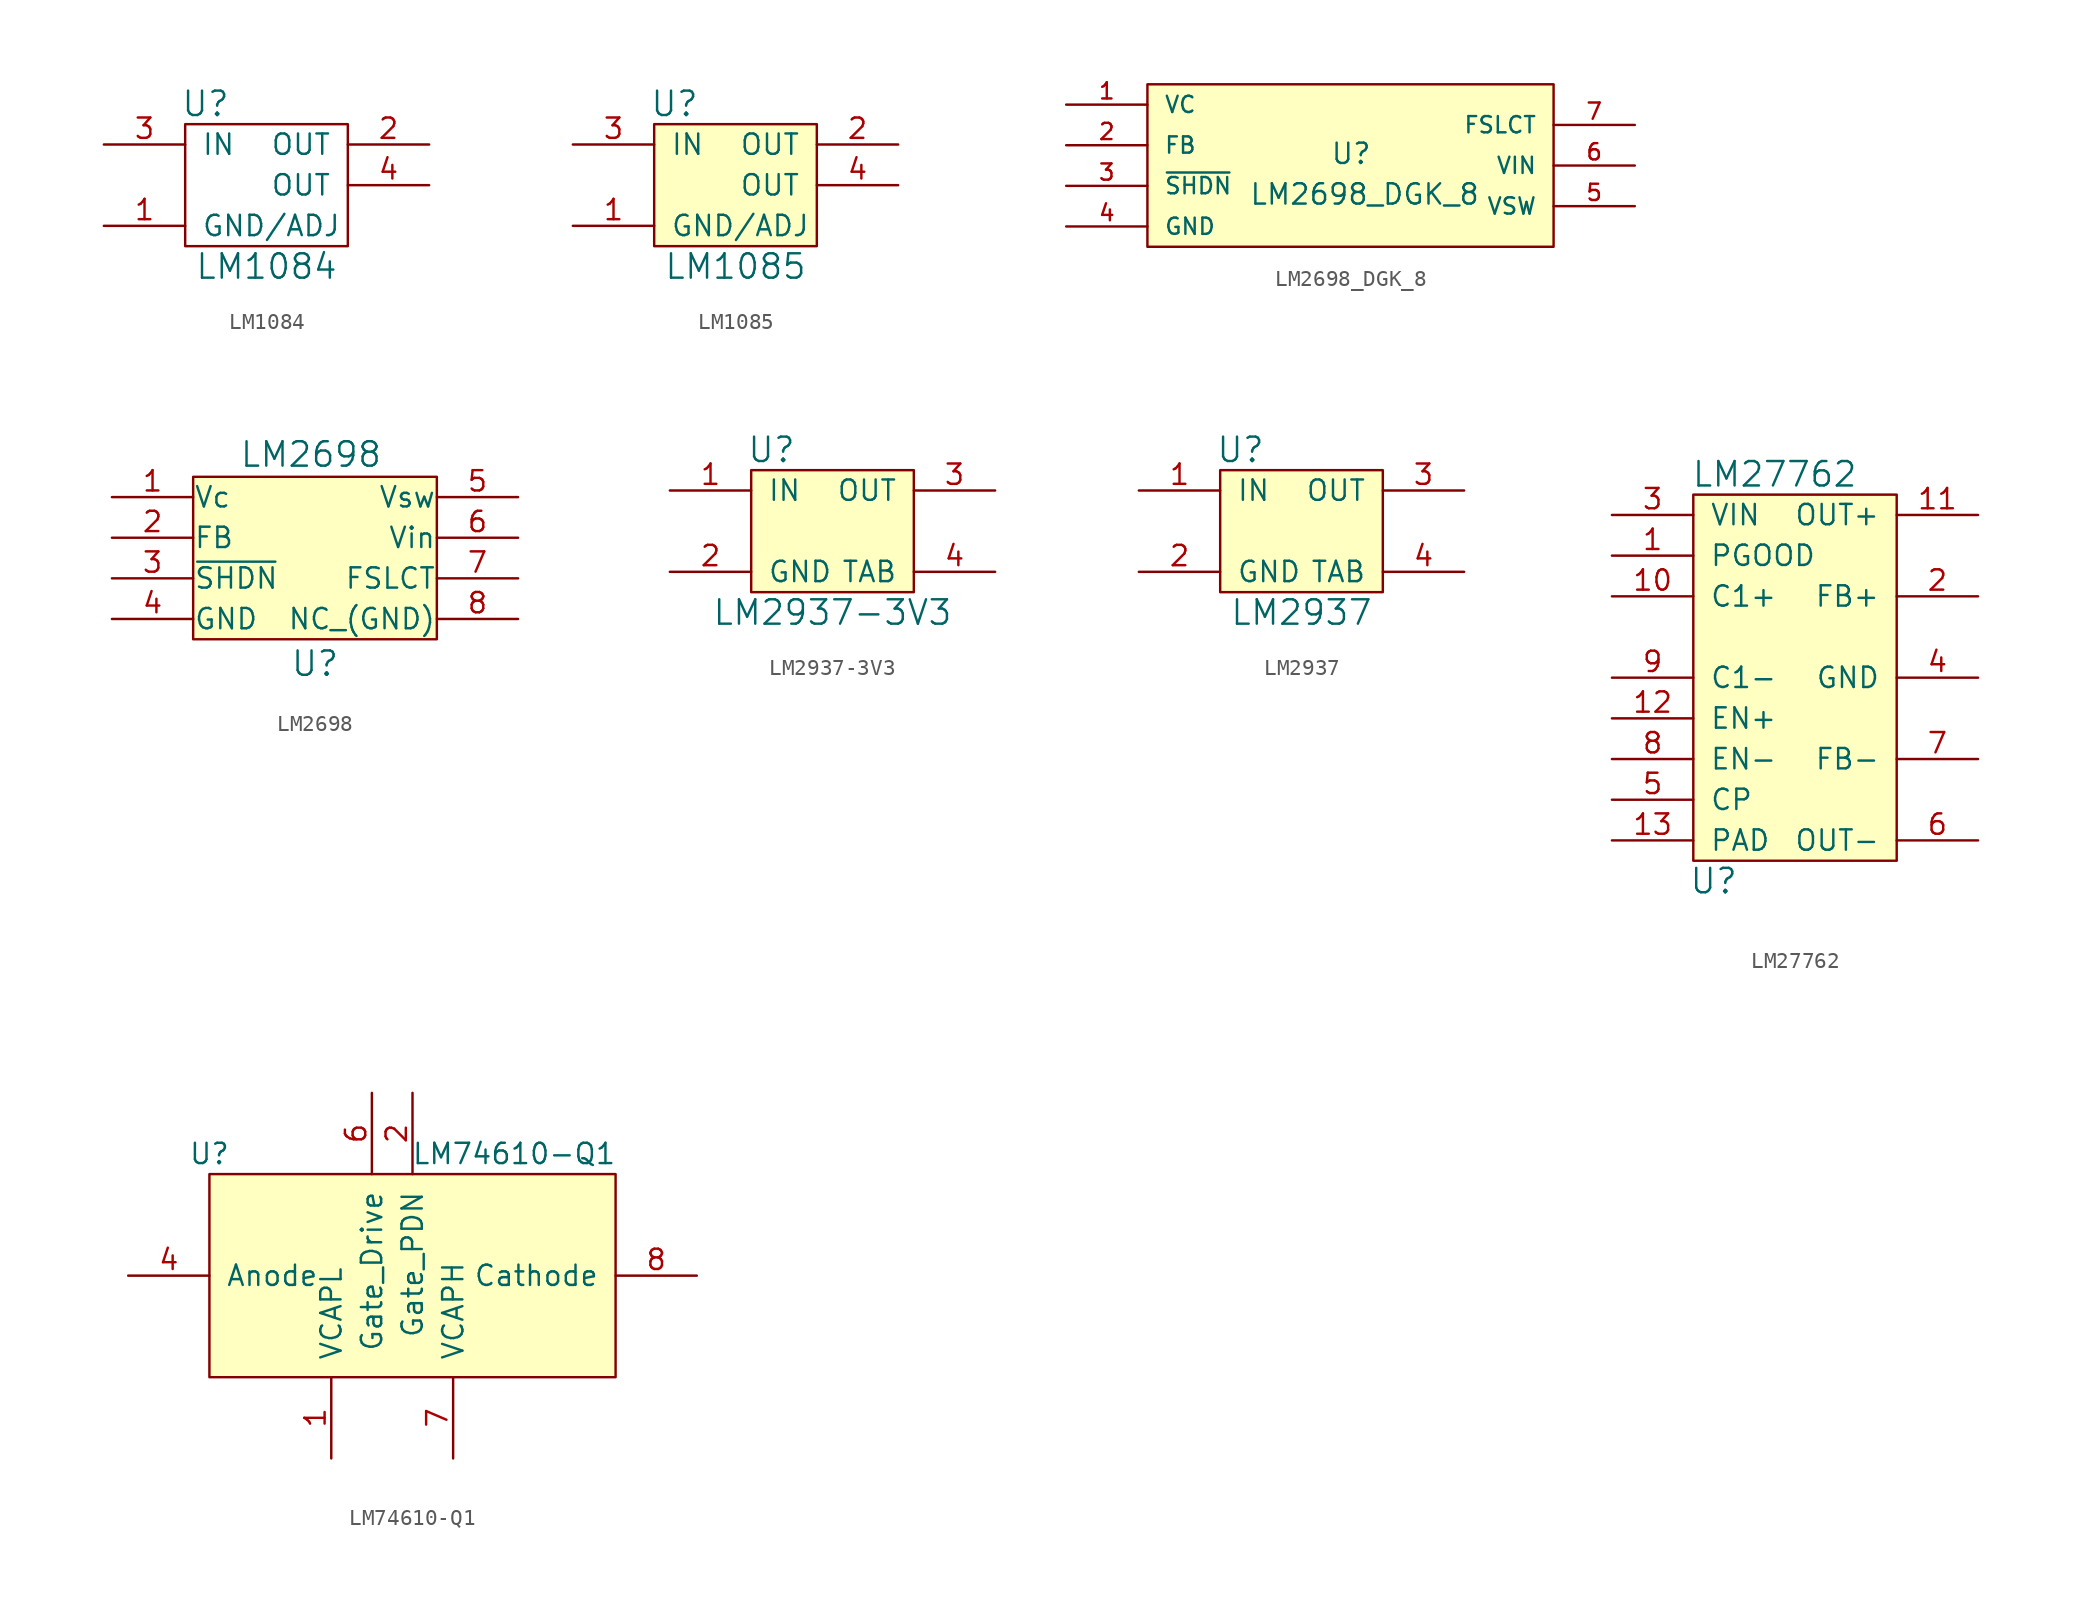
<source format=kicad_sym>
(kicad_symbol_lib
  (version 20241209)
  (generator "kicad_symbol_editor")
  (generator_version "9.0")
  (symbol "LM1084"
    (pin_names
      (offset 1.016))
    (property "Reference" "U"
      (at -3.81 5.08 0)
      (effects (font (size 1.524 1.524))))
    (property "Value" "LM1084"
      (at 0 -5.08 0)
      (effects (font (size 1.524 1.524))))
    (symbol "LM1084_0_1"
      (rectangle (start -5.08 3.81) (end 5.08 -3.81) (stroke (width 0) (type solid)) (fill (type none))))
    (symbol "LM1084_1_1"
      (pin power_in line (at -10.16 2.54 0) (length 5.08) (name "IN" (effects (font (size 1.27 1.27)))) (number "3" (effects (font (size 1.27 1.27)))))
      (pin power_in line (at -10.16 -2.54 0) (length 5.08) (name "GND/ADJ" (effects (font (size 1.27 1.27)))) (number "1" (effects (font (size 1.27 1.27)))))
      (pin power_out line (at 10.16 2.54 180) (length 5.08) (name "OUT" (effects (font (size 1.27 1.27)))) (number "2" (effects (font (size 1.27 1.27)))))
      (pin passive line (at 10.16 0 180) (length 5.08) (name "OUT" (effects (font (size 1.27 1.27)))) (number "4" (effects (font (size 1.27 1.27)))))))
  (symbol "LM1085"
    (pin_names
      (offset 1.016))
    (property "Reference" "U"
      (at -3.81 5.08 0)
      (effects (font (size 1.524 1.524))))
    (property "Value" "LM1085"
      (at 0 -5.08 0)
      (effects (font (size 1.524 1.524))))
    (symbol "LM1085_0_1"
      (rectangle (start -5.08 3.81) (end 5.08 -3.81) (stroke (width 0) (type solid)) (fill (type background))))
    (symbol "LM1085_1_1"
      (pin power_in line (at -10.16 2.54 0) (length 5.08) (name "IN" (effects (font (size 1.27 1.27)))) (number "3" (effects (font (size 1.27 1.27)))))
      (pin power_in line (at -10.16 -2.54 0) (length 5.08) (name "GND/ADJ" (effects (font (size 1.27 1.27)))) (number "1" (effects (font (size 1.27 1.27)))))
      (pin power_out line (at 10.16 2.54 180) (length 5.08) (name "OUT" (effects (font (size 1.27 1.27)))) (number "2" (effects (font (size 1.27 1.27)))))
      (pin passive line (at 10.16 0 180) (length 5.08) (name "OUT" (effects (font (size 1.27 1.27)))) (number "4" (effects (font (size 1.27 1.27)))))))
  (symbol "LM2698_DGK_8"
    (pin_names
      (offset 1.016))
    (property "Reference" "U"
      (at -1.27 0 0)
      (effects (font (size 1.27 1.27)) (justify left bottom)))
    (property "Value" "LM2698_DGK_8"
      (at -6.35 -2.54 0)
      (effects (font (size 1.27 1.27)) (justify left bottom)))
    (symbol "LM2698_DGK_8_0_1"
      (rectangle (start 12.7 5.08) (end -12.7 -5.08) (stroke (width 0) (type solid)) (fill (type background))))
    (symbol "LM2698_DGK_8_1_1"
      (pin passive line (at -17.78 3.81 0) (length 5.08) (name "VC" (effects (font (size 1.016 1.016)))) (number "1" (effects (font (size 1.016 1.016)))))
      (pin passive line (at -17.78 1.27 0) (length 5.08) (name "FB" (effects (font (size 1.016 1.016)))) (number "2" (effects (font (size 1.016 1.016)))))
      (pin passive line (at -17.78 -1.27 0) (length 5.08) (name "~{SHDN}" (effects (font (size 1.016 1.016)))) (number "3" (effects (font (size 1.016 1.016)))))
      (pin passive line (at -17.78 -3.81 0) (length 5.08) (name "GND" (effects (font (size 1.016 1.016)))) (number "4" (effects (font (size 1.016 1.016)))))
      (pin no_connect line (at 0 2.54 180) (length 5.08) (hide yes) (name "NC" (effects (font (size 1.016 1.016)))) (number "8" (effects (font (size 1.016 1.016)))))
      (pin passive line (at 17.78 2.54 180) (length 5.08) (name "FSLCT" (effects (font (size 1.016 1.016)))) (number "7" (effects (font (size 1.016 1.016)))))
      (pin input line (at 17.78 0 180) (length 5.08) (name "VIN" (effects (font (size 1.016 1.016)))) (number "6" (effects (font (size 1.016 1.016)))))
      (pin output line (at 17.78 -2.54 180) (length 5.08) (name "VSW" (effects (font (size 1.016 1.016)))) (number "5" (effects (font (size 1.016 1.016)))))))
  (symbol "LM2698"
    (pin_names
      (offset 0.025))
    (property "Reference" "U"
      (at 0 -6.604 0)
      (effects (font (size 1.524 1.524))))
    (property "Value" "LM2698"
      (at -0.254 6.477 0)
      (effects (font (size 1.524 1.524))))
    (property "Footprint" ""
      (at 0 0 0)
      (effects (font (size 1.524 1.524))))
    (property "Datasheet" ""
      (at 0 0 0)
      (effects (font (size 1.524 1.524))))
    (symbol "LM2698_0_1"
      (rectangle (start -7.62 5.08) (end 7.62 -5.08) (stroke (width 0) (type solid)) (fill (type background))))
    (symbol "LM2698_1_1"
      (pin power_in line (at -12.7 3.81 0) (length 5.08) (name "Vc" (effects (font (size 1.27 1.27)))) (number "1" (effects (font (size 1.27 1.27)))))
      (pin passive line (at -12.7 1.27 0) (length 5.08) (name "FB" (effects (font (size 1.27 1.27)))) (number "2" (effects (font (size 1.27 1.27)))))
      (pin input line (at -12.7 -1.27 0) (length 5.08) (name "~{SHDN}" (effects (font (size 1.27 1.27)))) (number "3" (effects (font (size 1.27 1.27)))))
      (pin power_in line (at -12.7 -3.81 0) (length 5.08) (name "GND" (effects (font (size 1.27 1.27)))) (number "4" (effects (font (size 1.27 1.27)))))
      (pin input line (at 12.7 3.81 180) (length 5.08) (name "Vsw" (effects (font (size 1.27 1.27)))) (number "5" (effects (font (size 1.27 1.27)))))
      (pin power_in line (at 12.7 1.27 180) (length 5.08) (name "Vin" (effects (font (size 1.27 1.27)))) (number "6" (effects (font (size 1.27 1.27)))))
      (pin input line (at 12.7 -1.27 180) (length 5.08) (name "FSLCT" (effects (font (size 1.27 1.27)))) (number "7" (effects (font (size 1.27 1.27)))))
      (pin power_in line (at 12.7 -3.81 180) (length 5.08) (name "NC_(GND)" (effects (font (size 1.27 1.27)))) (number "8" (effects (font (size 1.27 1.27)))))))
  (symbol "LM2937-3V3"
    (pin_names
      (offset 1.016))
    (property "Reference" "U"
      (at -3.81 5.08 0)
      (effects (font (size 1.524 1.524))))
    (property "Value" "LM2937-3V3"
      (at 0 -5.08 0)
      (effects (font (size 1.524 1.524))))
    (symbol "LM2937-3V3_0_1"
      (rectangle (start -5.08 3.81) (end 5.08 -3.81) (stroke (width 0) (type solid)) (fill (type background))))
    (symbol "LM2937-3V3_1_1"
      (pin power_in line (at -10.16 2.54 0) (length 5.08) (name "IN" (effects (font (size 1.27 1.27)))) (number "1" (effects (font (size 1.27 1.27)))))
      (pin power_in line (at -10.16 -2.54 0) (length 5.08) (name "GND" (effects (font (size 1.27 1.27)))) (number "2" (effects (font (size 1.27 1.27)))))
      (pin power_out line (at 10.16 2.54 180) (length 5.08) (name "OUT" (effects (font (size 1.27 1.27)))) (number "3" (effects (font (size 1.27 1.27)))))
      (pin power_in line (at 10.16 -2.54 180) (length 5.08) (name "TAB" (effects (font (size 1.27 1.27)))) (number "4" (effects (font (size 1.27 1.27)))))))
  (symbol "LM2937"
    (pin_names
      (offset 1.016))
    (property "Reference" "U"
      (at -3.81 5.08 0)
      (effects (font (size 1.524 1.524))))
    (property "Value" "LM2937"
      (at 0 -5.08 0)
      (effects (font (size 1.524 1.524))))
    (symbol "LM2937_0_1"
      (rectangle (start -5.08 3.81) (end 5.08 -3.81) (stroke (width 0) (type solid)) (fill (type background))))
    (symbol "LM2937_1_1"
      (pin power_in line (at -10.16 2.54 0) (length 5.08) (name "IN" (effects (font (size 1.27 1.27)))) (number "1" (effects (font (size 1.27 1.27)))))
      (pin power_in line (at -10.16 -2.54 0) (length 5.08) (name "GND" (effects (font (size 1.27 1.27)))) (number "2" (effects (font (size 1.27 1.27)))))
      (pin power_out line (at 10.16 2.54 180) (length 5.08) (name "OUT" (effects (font (size 1.27 1.27)))) (number "3" (effects (font (size 1.27 1.27)))))
      (pin power_in line (at 10.16 -2.54 180) (length 5.08) (name "TAB" (effects (font (size 1.27 1.27)))) (number "4" (effects (font (size 1.27 1.27)))))))
  (symbol "LM27762"
    (pin_names
      (offset 1.016))
    (property "Reference" "U"
      (at -5.08 -12.7 0)
      (effects (font (size 1.524 1.524))))
    (property "Value" "LM27762"
      (at -1.27 12.7 0)
      (effects (font (size 1.524 1.524))))
    (symbol "LM27762_0_1"
      (rectangle (start -6.35 11.43) (end 6.35 -11.43) (stroke (width 0) (type solid)) (fill (type background))))
    (symbol "LM27762_1_1"
      (pin power_in line (at -11.43 10.16 0) (length 5.08) (name "VIN" (effects (font (size 1.27 1.27)))) (number "3" (effects (font (size 1.27 1.27)))))
      (pin output line (at -11.43 7.62 0) (length 5.08) (name "PGOOD" (effects (font (size 1.27 1.27)))) (number "1" (effects (font (size 1.27 1.27)))))
      (pin input line (at -11.43 5.08 0) (length 5.08) (name "C1+" (effects (font (size 1.27 1.27)))) (number "10" (effects (font (size 1.27 1.27)))))
      (pin input line (at -11.43 0 0) (length 5.08) (name "C1-" (effects (font (size 1.27 1.27)))) (number "9" (effects (font (size 1.27 1.27)))))
      (pin input line (at -11.43 -2.54 0) (length 5.08) (name "EN+" (effects (font (size 1.27 1.27)))) (number "12" (effects (font (size 1.27 1.27)))))
      (pin input line (at -11.43 -5.08 0) (length 5.08) (name "EN-" (effects (font (size 1.27 1.27)))) (number "8" (effects (font (size 1.27 1.27)))))
      (pin output line (at -11.43 -7.62 0) (length 5.08) (name "CP" (effects (font (size 1.27 1.27)))) (number "5" (effects (font (size 1.27 1.27)))))
      (pin power_in line (at -11.43 -10.16 0) (length 5.08) (name "PAD" (effects (font (size 1.27 1.27)))) (number "13" (effects (font (size 1.27 1.27)))))
      (pin power_out line (at 11.43 10.16 180) (length 5.08) (name "OUT+" (effects (font (size 1.27 1.27)))) (number "11" (effects (font (size 1.27 1.27)))))
      (pin input line (at 11.43 5.08 180) (length 5.08) (name "FB+" (effects (font (size 1.27 1.27)))) (number "2" (effects (font (size 1.27 1.27)))))
      (pin power_in line (at 11.43 0 180) (length 5.08) (name "GND" (effects (font (size 1.27 1.27)))) (number "4" (effects (font (size 1.27 1.27)))))
      (pin input line (at 11.43 -5.08 180) (length 5.08) (name "FB-" (effects (font (size 1.27 1.27)))) (number "7" (effects (font (size 1.27 1.27)))))
      (pin power_out line (at 11.43 -10.16 180) (length 5.08) (name "OUT-" (effects (font (size 1.27 1.27)))) (number "6" (effects (font (size 1.27 1.27)))))))
  (symbol "LM74610-Q1"
    (pin_names
      (offset 1.016))
    (property "Reference" "U"
      (at -11.43 7.62 0)
      (effects (font (size 1.27 1.27))))
    (property "Value" "LM74610-Q1"
      (at 7.62 7.62 0)
      (effects (font (size 1.27 1.27))))
    (symbol "LM74610-Q1_0_1"
      (rectangle (start -11.43 6.35) (end 13.97 -6.35) (stroke (width 0) (type solid)) (fill (type background))))
    (symbol "LM74610-Q1_1_0"
      (pin input line (at -16.51 0 0) (length 5.08) (name "Anode" (effects (font (size 1.27 1.27)))) (number "4" (effects (font (size 1.27 1.27)))))
      (pin passive line (at -3.81 -11.43 90) (length 5.08) (name "VCAPL" (effects (font (size 1.27 1.27)))) (number "1" (effects (font (size 1.27 1.27)))))
      (pin output line (at -1.27 11.43 270) (length 5.08) (name "Gate_Drive" (effects (font (size 1.27 1.27)))) (number "6" (effects (font (size 1.27 1.27)))))
      (pin passive line (at 1.27 11.43 270) (length 5.08) (name "Gate_PDN" (effects (font (size 1.27 1.27)))) (number "2" (effects (font (size 1.27 1.27)))))
      (pin no_connect line (at 1.27 1.27 0) (length 5.08) (hide yes) (name "NC" (effects (font (size 1.27 1.27)))) (number "5" (effects (font (size 1.27 1.27)))))
      (pin no_connect line (at 1.27 -1.27 180) (length 5.08) (hide yes) (name "NC" (effects (font (size 1.27 1.27)))) (number "3" (effects (font (size 1.27 1.27)))))
      (pin passive line (at 3.81 -11.43 90) (length 5.08) (name "VCAPH" (effects (font (size 1.27 1.27)))) (number "7" (effects (font (size 1.27 1.27)))))
      (pin input line (at 19.05 0 180) (length 5.08) (name "Cathode" (effects (font (size 1.27 1.27)))) (number "8" (effects (font (size 1.27 1.27))))))))
</source>
